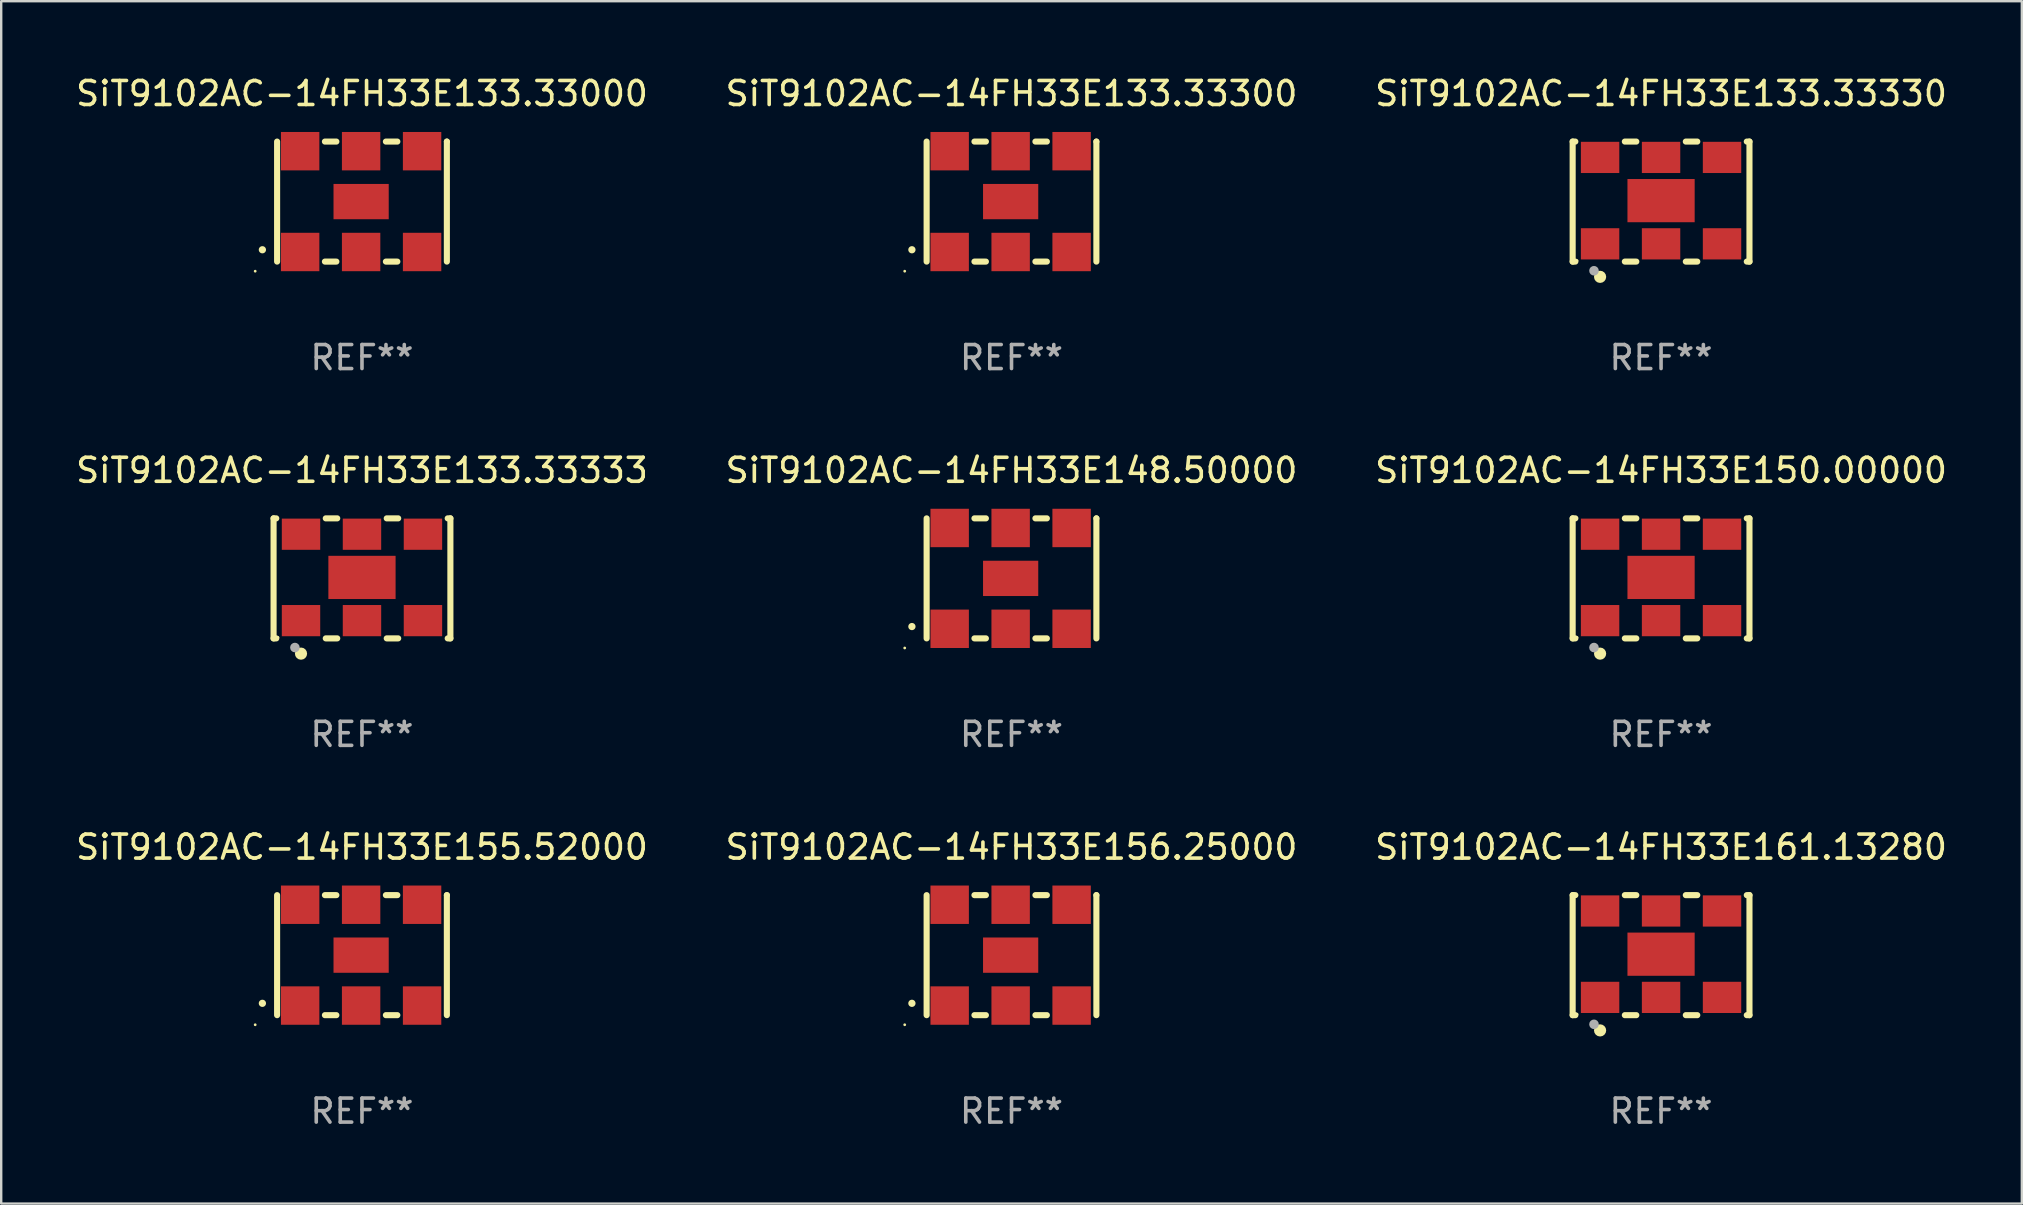
<source format=kicad_pcb>
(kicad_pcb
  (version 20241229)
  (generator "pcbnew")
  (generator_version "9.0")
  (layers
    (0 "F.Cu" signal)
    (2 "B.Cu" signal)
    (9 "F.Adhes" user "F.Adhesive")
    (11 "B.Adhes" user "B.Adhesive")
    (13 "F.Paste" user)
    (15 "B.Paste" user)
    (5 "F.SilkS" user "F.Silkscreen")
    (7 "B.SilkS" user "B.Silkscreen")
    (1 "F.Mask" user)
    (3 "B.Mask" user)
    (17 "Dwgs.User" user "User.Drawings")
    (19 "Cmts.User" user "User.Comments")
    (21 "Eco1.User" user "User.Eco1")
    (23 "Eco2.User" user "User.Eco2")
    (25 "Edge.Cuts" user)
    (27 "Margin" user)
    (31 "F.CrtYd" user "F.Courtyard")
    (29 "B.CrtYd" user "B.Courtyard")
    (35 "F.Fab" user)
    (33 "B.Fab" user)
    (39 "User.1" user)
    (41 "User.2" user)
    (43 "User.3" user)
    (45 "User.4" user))
  (footprint "SiT9102AC-14FH33E156.25000"
    (layer "F.Cu")
    (at 39.089 36.741)
    (property "Reference" "SiT9102AC-14FH33E156.25000" (at 0 -4.5 0) (layer "F.SilkS") (effects (font (size 1 1) (thickness 0.15))))
    (attr through_hole)
    (fp_line (start -3.536 -2.5) (end -3.536 2.5) (stroke (width 0.254) (type solid)) (layer "F.SilkS"))
    (fp_line (start -1.544 2.5) (end -1.067 2.5) (stroke (width 0.254) (type solid)) (layer "F.SilkS"))
    (fp_line (start -1.067 -2.5) (end -1.544 -2.5) (stroke (width 0.254) (type solid)) (layer "F.SilkS"))
    (fp_line (start 0.996 2.5) (end 1.473 2.5) (stroke (width 0.254) (type solid)) (layer "F.SilkS"))
    (fp_line (start 1.473 -2.5) (end 0.996 -2.5) (stroke (width 0.254) (type solid)) (layer "F.SilkS"))
    (fp_line (start 3.536 -2.5) (end 3.536 -2.5) (stroke (width 0.254) (type solid)) (layer "F.SilkS"))
    (fp_line (start 3.536 2.5) (end 3.536 -2.5) (stroke (width 0.254) (type solid)) (layer "F.SilkS"))
    (fp_arc (start -4.150432 2.006604) (mid -4.149162 2.006599) (end -4.147892 2.006604) (stroke (width 0.3) (type solid)) (layer "F.SilkS"))
    (fp_circle (center -4.449 2.9) (end -4.419 2.9) (stroke (width 0.06) (type solid)) (fill no) (layer "F.SilkS"))
    (fp_text user "REF**" (at 0 6.5 0) (layer "F.Fab") (effects (font (size 1 1) (thickness 0.15))))
    (pad "1" smd rect (at -2.576 2.1) (size 1.6 1.6) (layers "F.Cu" "F.Mask" "F.Paste"))
    (pad "2" smd rect (at -0.036 2.1) (size 1.6 1.6) (layers "F.Cu" "F.Mask" "F.Paste"))
    (pad "3" smd rect (at 2.504 2.1) (size 1.6 1.6) (layers "F.Cu" "F.Mask" "F.Paste"))
    (pad "4" smd rect (at 2.504 -2.1) (size 1.6 1.6) (layers "F.Cu" "F.Mask" "F.Paste"))
    (pad "5" smd rect (at -0.036 -2.1) (size 1.6 1.6) (layers "F.Cu" "F.Mask" "F.Paste"))
    (pad "6" smd rect (at -2.576 -2.1) (size 1.6 1.6) (layers "F.Cu" "F.Mask" "F.Paste"))
    (pad "7" smd rect (at -0.036 0) (size 2.3 1.47) (layers "F.Cu" "F.Mask" "F.Paste")))
  (footprint "SiT9102AC-14FH33E148.50000"
    (layer "F.Cu")
    (at 39.089 21.045)
    (property "Reference" "SiT9102AC-14FH33E148.50000" (at 0 -4.5 0) (layer "F.SilkS") (effects (font (size 1 1) (thickness 0.15))))
    (attr through_hole)
    (fp_line (start -3.536 -2.5) (end -3.536 2.5) (stroke (width 0.254) (type solid)) (layer "F.SilkS"))
    (fp_line (start -1.544 2.5) (end -1.067 2.5) (stroke (width 0.254) (type solid)) (layer "F.SilkS"))
    (fp_line (start -1.067 -2.5) (end -1.544 -2.5) (stroke (width 0.254) (type solid)) (layer "F.SilkS"))
    (fp_line (start 0.996 2.5) (end 1.473 2.5) (stroke (width 0.254) (type solid)) (layer "F.SilkS"))
    (fp_line (start 1.473 -2.5) (end 0.996 -2.5) (stroke (width 0.254) (type solid)) (layer "F.SilkS"))
    (fp_line (start 3.536 -2.5) (end 3.536 -2.5) (stroke (width 0.254) (type solid)) (layer "F.SilkS"))
    (fp_line (start 3.536 2.5) (end 3.536 -2.5) (stroke (width 0.254) (type solid)) (layer "F.SilkS"))
    (fp_arc (start -4.150432 2.006604) (mid -4.149162 2.006599) (end -4.147892 2.006604) (stroke (width 0.3) (type solid)) (layer "F.SilkS"))
    (fp_circle (center -4.449 2.9) (end -4.419 2.9) (stroke (width 0.06) (type solid)) (fill no) (layer "F.SilkS"))
    (fp_text user "REF**" (at 0 6.5 0) (layer "F.Fab") (effects (font (size 1 1) (thickness 0.15))))
    (pad "1" smd rect (at -2.576 2.1) (size 1.6 1.6) (layers "F.Cu" "F.Mask" "F.Paste"))
    (pad "2" smd rect (at -0.036 2.1) (size 1.6 1.6) (layers "F.Cu" "F.Mask" "F.Paste"))
    (pad "3" smd rect (at 2.504 2.1) (size 1.6 1.6) (layers "F.Cu" "F.Mask" "F.Paste"))
    (pad "4" smd rect (at 2.504 -2.1) (size 1.6 1.6) (layers "F.Cu" "F.Mask" "F.Paste"))
    (pad "5" smd rect (at -0.036 -2.1) (size 1.6 1.6) (layers "F.Cu" "F.Mask" "F.Paste"))
    (pad "6" smd rect (at -2.576 -2.1) (size 1.6 1.6) (layers "F.Cu" "F.Mask" "F.Paste"))
    (pad "7" smd rect (at -0.036 0) (size 2.3 1.47) (layers "F.Cu" "F.Mask" "F.Paste")))
  (footprint "SiT9102AC-14FH33E133.33330"
    (layer "F.Cu")
    (at 66.149 5.348)
    (property "Reference" "SiT9102AC-14FH33E133.33330" (at 0 -4.5 0) (layer "F.SilkS") (effects (font (size 1 1) (thickness 0.15))))
    (attr through_hole)
    (fp_line (start -3.683 -2.5) (end -3.571 -2.5) (stroke (width 0.254) (type solid)) (layer "F.SilkS"))
    (fp_line (start -3.683 2.5) (end -3.683 -2.5) (stroke (width 0.254) (type solid)) (layer "F.SilkS"))
    (fp_line (start -3.683 2.5) (end -3.571 2.5) (stroke (width 0.254) (type solid)) (layer "F.SilkS"))
    (fp_line (start -1.509 -2.5) (end -1.031 -2.5) (stroke (width 0.254) (type solid)) (layer "F.SilkS"))
    (fp_line (start -1.509 2.5) (end -1.031 2.5) (stroke (width 0.254) (type solid)) (layer "F.SilkS"))
    (fp_line (start 1.031 -2.5) (end 1.509 -2.5) (stroke (width 0.254) (type solid)) (layer "F.SilkS"))
    (fp_line (start 1.031 2.5) (end 1.509 2.5) (stroke (width 0.254) (type solid)) (layer "F.SilkS"))
    (fp_line (start 3.571 -2.5) (end 3.683 -2.5) (stroke (width 0.254) (type solid)) (layer "F.SilkS"))
    (fp_line (start 3.571 2.5) (end 3.683 2.5) (stroke (width 0.254) (type solid)) (layer "F.SilkS"))
    (fp_line (start 3.683 2.5) (end 3.683 -2.5) (stroke (width 0.254) (type solid)) (layer "F.SilkS"))
    (fp_circle (center -3.5 2.46) (end -3.47 2.46) (stroke (width 0.06) (type solid)) (fill no) (layer "F.SilkS"))
    (fp_circle (center -2.54 3.135) (end -2.413 3.135) (stroke (width 0.254) (type solid)) (fill no) (layer "F.SilkS"))
    (fp_circle (center -2.794 2.881) (end -2.694 2.881) (stroke (width 0.2) (type solid)) (fill no) (layer "F.Fab"))
    (fp_text user "REF**" (at 0 6.5 0) (layer "F.Fab") (effects (font (size 1 1) (thickness 0.15))))
    (pad "1" smd rect (at -2.54 1.76) (size 1.6 1.3) (layers "F.Cu" "F.Mask" "F.Paste"))
    (pad "2" smd rect (at 0 1.76) (size 1.6 1.3) (layers "F.Cu" "F.Mask" "F.Paste"))
    (pad "3" smd rect (at 2.54 1.76) (size 1.6 1.3) (layers "F.Cu" "F.Mask" "F.Paste"))
    (pad "4" smd rect (at 2.54 -1.84) (size 1.6 1.3) (layers "F.Cu" "F.Mask" "F.Paste"))
    (pad "5" smd rect (at 0 -1.84) (size 1.6 1.3) (layers "F.Cu" "F.Mask" "F.Paste"))
    (pad "6" smd rect (at -2.54 -1.84) (size 1.6 1.3) (layers "F.Cu" "F.Mask" "F.Paste"))
    (pad "7" smd rect (at 0 -0.04) (size 2.8 1.8) (layers "F.Cu" "F.Mask" "F.Paste")))
  (footprint "SiT9102AC-14FH33E133.33000"
    (layer "F.Cu")
    (at 12.03 5.348)
    (property "Reference" "SiT9102AC-14FH33E133.33000" (at 0 -4.5 0) (layer "F.SilkS") (effects (font (size 1 1) (thickness 0.15))))
    (attr through_hole)
    (fp_line (start -3.536 -2.5) (end -3.536 2.5) (stroke (width 0.254) (type solid)) (layer "F.SilkS"))
    (fp_line (start -1.544 2.5) (end -1.067 2.5) (stroke (width 0.254) (type solid)) (layer "F.SilkS"))
    (fp_line (start -1.067 -2.5) (end -1.544 -2.5) (stroke (width 0.254) (type solid)) (layer "F.SilkS"))
    (fp_line (start 0.996 2.5) (end 1.473 2.5) (stroke (width 0.254) (type solid)) (layer "F.SilkS"))
    (fp_line (start 1.473 -2.5) (end 0.996 -2.5) (stroke (width 0.254) (type solid)) (layer "F.SilkS"))
    (fp_line (start 3.536 -2.5) (end 3.536 -2.5) (stroke (width 0.254) (type solid)) (layer "F.SilkS"))
    (fp_line (start 3.536 2.5) (end 3.536 -2.5) (stroke (width 0.254) (type solid)) (layer "F.SilkS"))
    (fp_arc (start -4.150432 2.006604) (mid -4.149162 2.006599) (end -4.147892 2.006604) (stroke (width 0.3) (type solid)) (layer "F.SilkS"))
    (fp_circle (center -4.449 2.9) (end -4.419 2.9) (stroke (width 0.06) (type solid)) (fill no) (layer "F.SilkS"))
    (fp_text user "REF**" (at 0 6.5 0) (layer "F.Fab") (effects (font (size 1 1) (thickness 0.15))))
    (pad "1" smd rect (at -2.576 2.1) (size 1.6 1.6) (layers "F.Cu" "F.Mask" "F.Paste"))
    (pad "2" smd rect (at -0.036 2.1) (size 1.6 1.6) (layers "F.Cu" "F.Mask" "F.Paste"))
    (pad "3" smd rect (at 2.504 2.1) (size 1.6 1.6) (layers "F.Cu" "F.Mask" "F.Paste"))
    (pad "4" smd rect (at 2.504 -2.1) (size 1.6 1.6) (layers "F.Cu" "F.Mask" "F.Paste"))
    (pad "5" smd rect (at -0.036 -2.1) (size 1.6 1.6) (layers "F.Cu" "F.Mask" "F.Paste"))
    (pad "6" smd rect (at -2.576 -2.1) (size 1.6 1.6) (layers "F.Cu" "F.Mask" "F.Paste"))
    (pad "7" smd rect (at -0.036 0) (size 2.3 1.47) (layers "F.Cu" "F.Mask" "F.Paste")))
  (footprint "SiT9102AC-14FH33E161.13280"
    (layer "F.Cu")
    (at 66.149 36.741)
    (property "Reference" "SiT9102AC-14FH33E161.13280" (at 0 -4.5 0) (layer "F.SilkS") (effects (font (size 1 1) (thickness 0.15))))
    (attr through_hole)
    (fp_line (start -3.683 -2.5) (end -3.571 -2.5) (stroke (width 0.254) (type solid)) (layer "F.SilkS"))
    (fp_line (start -3.683 2.5) (end -3.683 -2.5) (stroke (width 0.254) (type solid)) (layer "F.SilkS"))
    (fp_line (start -3.683 2.5) (end -3.571 2.5) (stroke (width 0.254) (type solid)) (layer "F.SilkS"))
    (fp_line (start -1.509 -2.5) (end -1.031 -2.5) (stroke (width 0.254) (type solid)) (layer "F.SilkS"))
    (fp_line (start -1.509 2.5) (end -1.031 2.5) (stroke (width 0.254) (type solid)) (layer "F.SilkS"))
    (fp_line (start 1.031 -2.5) (end 1.509 -2.5) (stroke (width 0.254) (type solid)) (layer "F.SilkS"))
    (fp_line (start 1.031 2.5) (end 1.509 2.5) (stroke (width 0.254) (type solid)) (layer "F.SilkS"))
    (fp_line (start 3.571 -2.5) (end 3.683 -2.5) (stroke (width 0.254) (type solid)) (layer "F.SilkS"))
    (fp_line (start 3.571 2.5) (end 3.683 2.5) (stroke (width 0.254) (type solid)) (layer "F.SilkS"))
    (fp_line (start 3.683 2.5) (end 3.683 -2.5) (stroke (width 0.254) (type solid)) (layer "F.SilkS"))
    (fp_circle (center -3.5 2.46) (end -3.47 2.46) (stroke (width 0.06) (type solid)) (fill no) (layer "F.SilkS"))
    (fp_circle (center -2.54 3.135) (end -2.413 3.135) (stroke (width 0.254) (type solid)) (fill no) (layer "F.SilkS"))
    (fp_circle (center -2.794 2.881) (end -2.694 2.881) (stroke (width 0.2) (type solid)) (fill no) (layer "F.Fab"))
    (fp_text user "REF**" (at 0 6.5 0) (layer "F.Fab") (effects (font (size 1 1) (thickness 0.15))))
    (pad "1" smd rect (at -2.54 1.76) (size 1.6 1.3) (layers "F.Cu" "F.Mask" "F.Paste"))
    (pad "2" smd rect (at 0 1.76) (size 1.6 1.3) (layers "F.Cu" "F.Mask" "F.Paste"))
    (pad "3" smd rect (at 2.54 1.76) (size 1.6 1.3) (layers "F.Cu" "F.Mask" "F.Paste"))
    (pad "4" smd rect (at 2.54 -1.84) (size 1.6 1.3) (layers "F.Cu" "F.Mask" "F.Paste"))
    (pad "5" smd rect (at 0 -1.84) (size 1.6 1.3) (layers "F.Cu" "F.Mask" "F.Paste"))
    (pad "6" smd rect (at -2.54 -1.84) (size 1.6 1.3) (layers "F.Cu" "F.Mask" "F.Paste"))
    (pad "7" smd rect (at 0 -0.04) (size 2.8 1.8) (layers "F.Cu" "F.Mask" "F.Paste")))
  (footprint "SiT9102AC-14FH33E150.00000"
    (layer "F.Cu")
    (at 66.149 21.045)
    (property "Reference" "SiT9102AC-14FH33E150.00000" (at 0 -4.5 0) (layer "F.SilkS") (effects (font (size 1 1) (thickness 0.15))))
    (attr through_hole)
    (fp_line (start -3.683 -2.5) (end -3.571 -2.5) (stroke (width 0.254) (type solid)) (layer "F.SilkS"))
    (fp_line (start -3.683 2.5) (end -3.683 -2.5) (stroke (width 0.254) (type solid)) (layer "F.SilkS"))
    (fp_line (start -3.683 2.5) (end -3.571 2.5) (stroke (width 0.254) (type solid)) (layer "F.SilkS"))
    (fp_line (start -1.509 -2.5) (end -1.031 -2.5) (stroke (width 0.254) (type solid)) (layer "F.SilkS"))
    (fp_line (start -1.509 2.5) (end -1.031 2.5) (stroke (width 0.254) (type solid)) (layer "F.SilkS"))
    (fp_line (start 1.031 -2.5) (end 1.509 -2.5) (stroke (width 0.254) (type solid)) (layer "F.SilkS"))
    (fp_line (start 1.031 2.5) (end 1.509 2.5) (stroke (width 0.254) (type solid)) (layer "F.SilkS"))
    (fp_line (start 3.571 -2.5) (end 3.683 -2.5) (stroke (width 0.254) (type solid)) (layer "F.SilkS"))
    (fp_line (start 3.571 2.5) (end 3.683 2.5) (stroke (width 0.254) (type solid)) (layer "F.SilkS"))
    (fp_line (start 3.683 2.5) (end 3.683 -2.5) (stroke (width 0.254) (type solid)) (layer "F.SilkS"))
    (fp_circle (center -3.5 2.46) (end -3.47 2.46) (stroke (width 0.06) (type solid)) (fill no) (layer "F.SilkS"))
    (fp_circle (center -2.54 3.135) (end -2.413 3.135) (stroke (width 0.254) (type solid)) (fill no) (layer "F.SilkS"))
    (fp_circle (center -2.794 2.881) (end -2.694 2.881) (stroke (width 0.2) (type solid)) (fill no) (layer "F.Fab"))
    (fp_text user "REF**" (at 0 6.5 0) (layer "F.Fab") (effects (font (size 1 1) (thickness 0.15))))
    (pad "1" smd rect (at -2.54 1.76) (size 1.6 1.3) (layers "F.Cu" "F.Mask" "F.Paste"))
    (pad "2" smd rect (at 0 1.76) (size 1.6 1.3) (layers "F.Cu" "F.Mask" "F.Paste"))
    (pad "3" smd rect (at 2.54 1.76) (size 1.6 1.3) (layers "F.Cu" "F.Mask" "F.Paste"))
    (pad "4" smd rect (at 2.54 -1.84) (size 1.6 1.3) (layers "F.Cu" "F.Mask" "F.Paste"))
    (pad "5" smd rect (at 0 -1.84) (size 1.6 1.3) (layers "F.Cu" "F.Mask" "F.Paste"))
    (pad "6" smd rect (at -2.54 -1.84) (size 1.6 1.3) (layers "F.Cu" "F.Mask" "F.Paste"))
    (pad "7" smd rect (at 0 -0.04) (size 2.8 1.8) (layers "F.Cu" "F.Mask" "F.Paste")))
  (footprint "SiT9102AC-14FH33E155.52000"
    (layer "F.Cu")
    (at 12.03 36.741)
    (property "Reference" "SiT9102AC-14FH33E155.52000" (at 0 -4.5 0) (layer "F.SilkS") (effects (font (size 1 1) (thickness 0.15))))
    (attr through_hole)
    (fp_line (start -3.536 -2.5) (end -3.536 2.5) (stroke (width 0.254) (type solid)) (layer "F.SilkS"))
    (fp_line (start -1.544 2.5) (end -1.067 2.5) (stroke (width 0.254) (type solid)) (layer "F.SilkS"))
    (fp_line (start -1.067 -2.5) (end -1.544 -2.5) (stroke (width 0.254) (type solid)) (layer "F.SilkS"))
    (fp_line (start 0.996 2.5) (end 1.473 2.5) (stroke (width 0.254) (type solid)) (layer "F.SilkS"))
    (fp_line (start 1.473 -2.5) (end 0.996 -2.5) (stroke (width 0.254) (type solid)) (layer "F.SilkS"))
    (fp_line (start 3.536 -2.5) (end 3.536 -2.5) (stroke (width 0.254) (type solid)) (layer "F.SilkS"))
    (fp_line (start 3.536 2.5) (end 3.536 -2.5) (stroke (width 0.254) (type solid)) (layer "F.SilkS"))
    (fp_arc (start -4.150432 2.006604) (mid -4.149162 2.006599) (end -4.147892 2.006604) (stroke (width 0.3) (type solid)) (layer "F.SilkS"))
    (fp_circle (center -4.449 2.9) (end -4.419 2.9) (stroke (width 0.06) (type solid)) (fill no) (layer "F.SilkS"))
    (fp_text user "REF**" (at 0 6.5 0) (layer "F.Fab") (effects (font (size 1 1) (thickness 0.15))))
    (pad "1" smd rect (at -2.576 2.1) (size 1.6 1.6) (layers "F.Cu" "F.Mask" "F.Paste"))
    (pad "2" smd rect (at -0.036 2.1) (size 1.6 1.6) (layers "F.Cu" "F.Mask" "F.Paste"))
    (pad "3" smd rect (at 2.504 2.1) (size 1.6 1.6) (layers "F.Cu" "F.Mask" "F.Paste"))
    (pad "4" smd rect (at 2.504 -2.1) (size 1.6 1.6) (layers "F.Cu" "F.Mask" "F.Paste"))
    (pad "5" smd rect (at -0.036 -2.1) (size 1.6 1.6) (layers "F.Cu" "F.Mask" "F.Paste"))
    (pad "6" smd rect (at -2.576 -2.1) (size 1.6 1.6) (layers "F.Cu" "F.Mask" "F.Paste"))
    (pad "7" smd rect (at -0.036 0) (size 2.3 1.47) (layers "F.Cu" "F.Mask" "F.Paste")))
  (footprint "SiT9102AC-14FH33E133.33333"
    (layer "F.Cu")
    (at 12.03 21.045)
    (property "Reference" "SiT9102AC-14FH33E133.33333" (at 0 -4.5 0) (layer "F.SilkS") (effects (font (size 1 1) (thickness 0.15))))
    (attr through_hole)
    (fp_line (start -3.683 -2.5) (end -3.571 -2.5) (stroke (width 0.254) (type solid)) (layer "F.SilkS"))
    (fp_line (start -3.683 2.5) (end -3.683 -2.5) (stroke (width 0.254) (type solid)) (layer "F.SilkS"))
    (fp_line (start -3.683 2.5) (end -3.571 2.5) (stroke (width 0.254) (type solid)) (layer "F.SilkS"))
    (fp_line (start -1.509 -2.5) (end -1.031 -2.5) (stroke (width 0.254) (type solid)) (layer "F.SilkS"))
    (fp_line (start -1.509 2.5) (end -1.031 2.5) (stroke (width 0.254) (type solid)) (layer "F.SilkS"))
    (fp_line (start 1.031 -2.5) (end 1.509 -2.5) (stroke (width 0.254) (type solid)) (layer "F.SilkS"))
    (fp_line (start 1.031 2.5) (end 1.509 2.5) (stroke (width 0.254) (type solid)) (layer "F.SilkS"))
    (fp_line (start 3.571 -2.5) (end 3.683 -2.5) (stroke (width 0.254) (type solid)) (layer "F.SilkS"))
    (fp_line (start 3.571 2.5) (end 3.683 2.5) (stroke (width 0.254) (type solid)) (layer "F.SilkS"))
    (fp_line (start 3.683 2.5) (end 3.683 -2.5) (stroke (width 0.254) (type solid)) (layer "F.SilkS"))
    (fp_circle (center -3.5 2.46) (end -3.47 2.46) (stroke (width 0.06) (type solid)) (fill no) (layer "F.SilkS"))
    (fp_circle (center -2.54 3.135) (end -2.413 3.135) (stroke (width 0.254) (type solid)) (fill no) (layer "F.SilkS"))
    (fp_circle (center -2.794 2.881) (end -2.694 2.881) (stroke (width 0.2) (type solid)) (fill no) (layer "F.Fab"))
    (fp_text user "REF**" (at 0 6.5 0) (layer "F.Fab") (effects (font (size 1 1) (thickness 0.15))))
    (pad "1" smd rect (at -2.54 1.76) (size 1.6 1.3) (layers "F.Cu" "F.Mask" "F.Paste"))
    (pad "2" smd rect (at 0 1.76) (size 1.6 1.3) (layers "F.Cu" "F.Mask" "F.Paste"))
    (pad "3" smd rect (at 2.54 1.76) (size 1.6 1.3) (layers "F.Cu" "F.Mask" "F.Paste"))
    (pad "4" smd rect (at 2.54 -1.84) (size 1.6 1.3) (layers "F.Cu" "F.Mask" "F.Paste"))
    (pad "5" smd rect (at 0 -1.84) (size 1.6 1.3) (layers "F.Cu" "F.Mask" "F.Paste"))
    (pad "6" smd rect (at -2.54 -1.84) (size 1.6 1.3) (layers "F.Cu" "F.Mask" "F.Paste"))
    (pad "7" smd rect (at 0 -0.04) (size 2.8 1.8) (layers "F.Cu" "F.Mask" "F.Paste")))
  (footprint "SiT9102AC-14FH33E133.33300"
    (layer "F.Cu")
    (at 39.089 5.348)
    (property "Reference" "SiT9102AC-14FH33E133.33300" (at 0 -4.5 0) (layer "F.SilkS") (effects (font (size 1 1) (thickness 0.15))))
    (attr through_hole)
    (fp_line (start -3.536 -2.5) (end -3.536 2.5) (stroke (width 0.254) (type solid)) (layer "F.SilkS"))
    (fp_line (start -1.544 2.5) (end -1.067 2.5) (stroke (width 0.254) (type solid)) (layer "F.SilkS"))
    (fp_line (start -1.067 -2.5) (end -1.544 -2.5) (stroke (width 0.254) (type solid)) (layer "F.SilkS"))
    (fp_line (start 0.996 2.5) (end 1.473 2.5) (stroke (width 0.254) (type solid)) (layer "F.SilkS"))
    (fp_line (start 1.473 -2.5) (end 0.996 -2.5) (stroke (width 0.254) (type solid)) (layer "F.SilkS"))
    (fp_line (start 3.536 -2.5) (end 3.536 -2.5) (stroke (width 0.254) (type solid)) (layer "F.SilkS"))
    (fp_line (start 3.536 2.5) (end 3.536 -2.5) (stroke (width 0.254) (type solid)) (layer "F.SilkS"))
    (fp_arc (start -4.150432 2.006604) (mid -4.149162 2.006599) (end -4.147892 2.006604) (stroke (width 0.3) (type solid)) (layer "F.SilkS"))
    (fp_circle (center -4.449 2.9) (end -4.419 2.9) (stroke (width 0.06) (type solid)) (fill no) (layer "F.SilkS"))
    (fp_text user "REF**" (at 0 6.5 0) (layer "F.Fab") (effects (font (size 1 1) (thickness 0.15))))
    (pad "1" smd rect (at -2.576 2.1) (size 1.6 1.6) (layers "F.Cu" "F.Mask" "F.Paste"))
    (pad "2" smd rect (at -0.036 2.1) (size 1.6 1.6) (layers "F.Cu" "F.Mask" "F.Paste"))
    (pad "3" smd rect (at 2.504 2.1) (size 1.6 1.6) (layers "F.Cu" "F.Mask" "F.Paste"))
    (pad "4" smd rect (at 2.504 -2.1) (size 1.6 1.6) (layers "F.Cu" "F.Mask" "F.Paste"))
    (pad "5" smd rect (at -0.036 -2.1) (size 1.6 1.6) (layers "F.Cu" "F.Mask" "F.Paste"))
    (pad "6" smd rect (at -2.576 -2.1) (size 1.6 1.6) (layers "F.Cu" "F.Mask" "F.Paste"))
    (pad "7" smd rect (at -0.036 0) (size 2.3 1.47) (layers "F.Cu" "F.Mask" "F.Paste")))
  (gr_rect
    (start -3 -3)
    (end 81.179 47.09)
    (stroke (width 0.1) (type default))
    (fill no)
    (layer "Edge.Cuts")))
</source>
